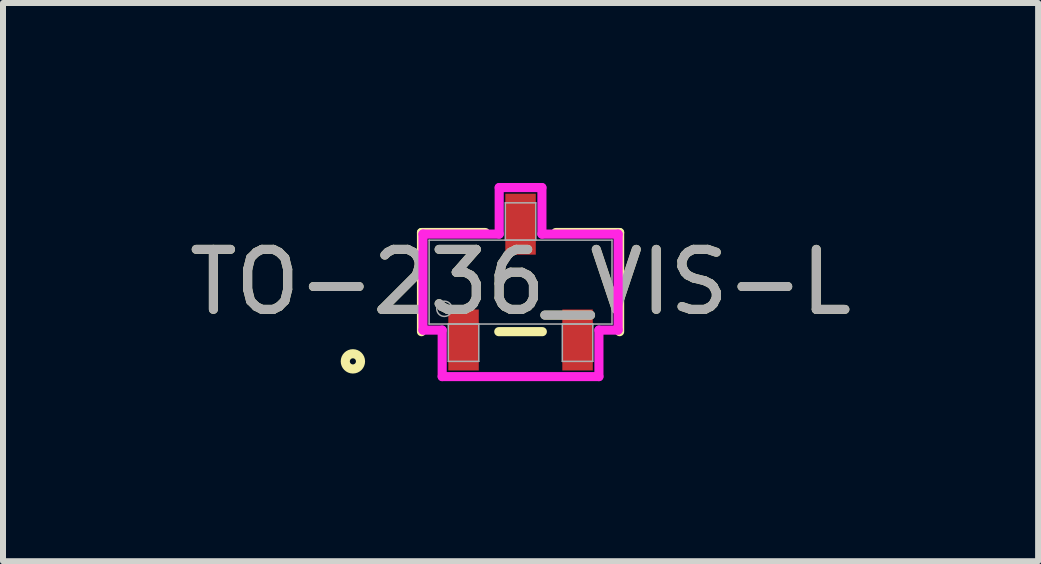
<source format=kicad_pcb>
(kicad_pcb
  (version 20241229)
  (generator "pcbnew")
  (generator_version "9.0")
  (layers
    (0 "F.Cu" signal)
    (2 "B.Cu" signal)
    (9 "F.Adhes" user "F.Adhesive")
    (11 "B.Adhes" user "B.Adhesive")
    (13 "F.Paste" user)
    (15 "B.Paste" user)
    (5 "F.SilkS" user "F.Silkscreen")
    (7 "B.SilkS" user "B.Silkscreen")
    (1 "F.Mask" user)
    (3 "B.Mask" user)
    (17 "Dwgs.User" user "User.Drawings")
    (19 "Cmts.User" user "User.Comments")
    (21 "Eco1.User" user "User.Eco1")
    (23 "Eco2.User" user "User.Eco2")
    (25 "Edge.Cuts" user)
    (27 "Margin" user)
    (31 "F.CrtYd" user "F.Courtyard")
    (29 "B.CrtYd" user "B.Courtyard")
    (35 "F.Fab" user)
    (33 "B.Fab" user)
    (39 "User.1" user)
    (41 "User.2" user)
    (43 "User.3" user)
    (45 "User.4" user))
  (footprint "TO-236_VIS-L"
    (layer "F.Cu")
    (at 5.625 1.651)
    (property "Reference" "TO-236_VIS-L" (at 0 0 0) (unlocked yes) (layer "F.SilkS") (effects (font (size 1 1) (thickness 0.15))))
    (attr smd)
    (fp_line (start -1.651 -0.826) (end -1.651 0.826) (stroke (width 0.152) (type solid)) (layer "F.SilkS"))
    (fp_line (start -0.587 -0.826) (end -1.651 -0.826) (stroke (width 0.152) (type solid)) (layer "F.SilkS"))
    (fp_line (start -0.363 0.826) (end 0.363 0.826) (stroke (width 0.152) (type solid)) (layer "F.SilkS"))
    (fp_line (start 1.651 -0.826) (end 0.587 -0.826) (stroke (width 0.152) (type solid)) (layer "F.SilkS"))
    (fp_line (start 1.651 0.826) (end 1.651 -0.826) (stroke (width 0.152) (type solid)) (layer "F.SilkS"))
    (fp_circle (center -2.794 1.321) (end -2.667 1.321) (stroke (width 0.152) (type solid)) (fill no) (layer "F.SilkS"))
    (fp_line (start -1.626 -0.8) (end -0.356 -0.8) (stroke (width 0.152) (type solid)) (layer "F.CrtYd"))
    (fp_line (start -1.626 0.8) (end -1.626 -0.8) (stroke (width 0.152) (type solid)) (layer "F.CrtYd"))
    (fp_line (start -1.626 0.8) (end -1.306 0.8) (stroke (width 0.152) (type solid)) (layer "F.CrtYd"))
    (fp_line (start -1.306 0.8) (end -1.306 1.575) (stroke (width 0.152) (type solid)) (layer "F.CrtYd"))
    (fp_line (start -1.306 1.575) (end 1.306 1.575) (stroke (width 0.152) (type solid)) (layer "F.CrtYd"))
    (fp_line (start -0.356 -1.575) (end 0.356 -1.575) (stroke (width 0.152) (type solid)) (layer "F.CrtYd"))
    (fp_line (start -0.356 -0.8) (end -0.356 -1.575) (stroke (width 0.152) (type solid)) (layer "F.CrtYd"))
    (fp_line (start 0.356 -0.8) (end 0.356 -1.575) (stroke (width 0.152) (type solid)) (layer "F.CrtYd"))
    (fp_line (start 1.306 0.8) (end 1.306 1.575) (stroke (width 0.152) (type solid)) (layer "F.CrtYd"))
    (fp_line (start 1.626 -0.8) (end 0.356 -0.8) (stroke (width 0.152) (type solid)) (layer "F.CrtYd"))
    (fp_line (start 1.626 -0.8) (end 1.626 0.8) (stroke (width 0.152) (type solid)) (layer "F.CrtYd"))
    (fp_line (start 1.626 0.8) (end 1.306 0.8) (stroke (width 0.152) (type solid)) (layer "F.CrtYd"))
    (fp_line (start -1.524 -0.699) (end -1.524 0.699) (stroke (width 0.025) (type solid)) (layer "F.Fab"))
    (fp_line (start -1.524 0.699) (end 1.524 0.699) (stroke (width 0.025) (type solid)) (layer "F.Fab"))
    (fp_line (start -1.204 0.699) (end -1.204 1.321) (stroke (width 0.025) (type solid)) (layer "F.Fab"))
    (fp_line (start -1.204 1.321) (end -0.696 1.321) (stroke (width 0.025) (type solid)) (layer "F.Fab"))
    (fp_line (start -0.696 0.699) (end -1.204 0.699) (stroke (width 0.025) (type solid)) (layer "F.Fab"))
    (fp_line (start -0.696 1.321) (end -0.696 0.699) (stroke (width 0.025) (type solid)) (layer "F.Fab"))
    (fp_line (start -0.254 -1.321) (end -0.254 -0.699) (stroke (width 0.025) (type solid)) (layer "F.Fab"))
    (fp_line (start -0.254 -0.699) (end 0.254 -0.699) (stroke (width 0.025) (type solid)) (layer "F.Fab"))
    (fp_line (start 0.254 -1.321) (end -0.254 -1.321) (stroke (width 0.025) (type solid)) (layer "F.Fab"))
    (fp_line (start 0.254 -0.699) (end 0.254 -1.321) (stroke (width 0.025) (type solid)) (layer "F.Fab"))
    (fp_line (start 0.696 0.699) (end 0.696 1.321) (stroke (width 0.025) (type solid)) (layer "F.Fab"))
    (fp_line (start 0.696 1.321) (end 1.204 1.321) (stroke (width 0.025) (type solid)) (layer "F.Fab"))
    (fp_line (start 1.204 0.699) (end 0.696 0.699) (stroke (width 0.025) (type solid)) (layer "F.Fab"))
    (fp_line (start 1.204 1.321) (end 1.204 0.699) (stroke (width 0.025) (type solid)) (layer "F.Fab"))
    (fp_line (start 1.524 -0.699) (end -1.524 -0.699) (stroke (width 0.025) (type solid)) (layer "F.Fab"))
    (fp_line (start 1.524 0.699) (end 1.524 -0.699) (stroke (width 0.025) (type solid)) (layer "F.Fab"))
    (fp_circle (center -1.27 0.445) (end -1.143 0.445) (stroke (width 0.025) (type solid)) (fill no) (layer "F.Fab"))
    (fp_text user "${REFERENCE}" (at 0 0 0) (unlocked yes) (layer "F.Fab") (effects (font (size 1 1) (thickness 0.15))))
    (pad "1" smd rect (at -0.95 0.965) (size 0.508 1.016) (layers "F.Cu" "F.Mask" "F.Paste"))
    (pad "2" smd rect (at 0.95 0.965) (size 0.508 1.016) (layers "F.Cu" "F.Mask" "F.Paste"))
    (pad "3" smd rect (at 0 -0.965) (size 0.508 1.016) (layers "F.Cu" "F.Mask" "F.Paste")))
  (gr_rect
    (start -3 -3)
    (end 14.25 6.302)
    (stroke (width 0.1) (type default))
    (fill no)
    (layer "Edge.Cuts")))
</source>
